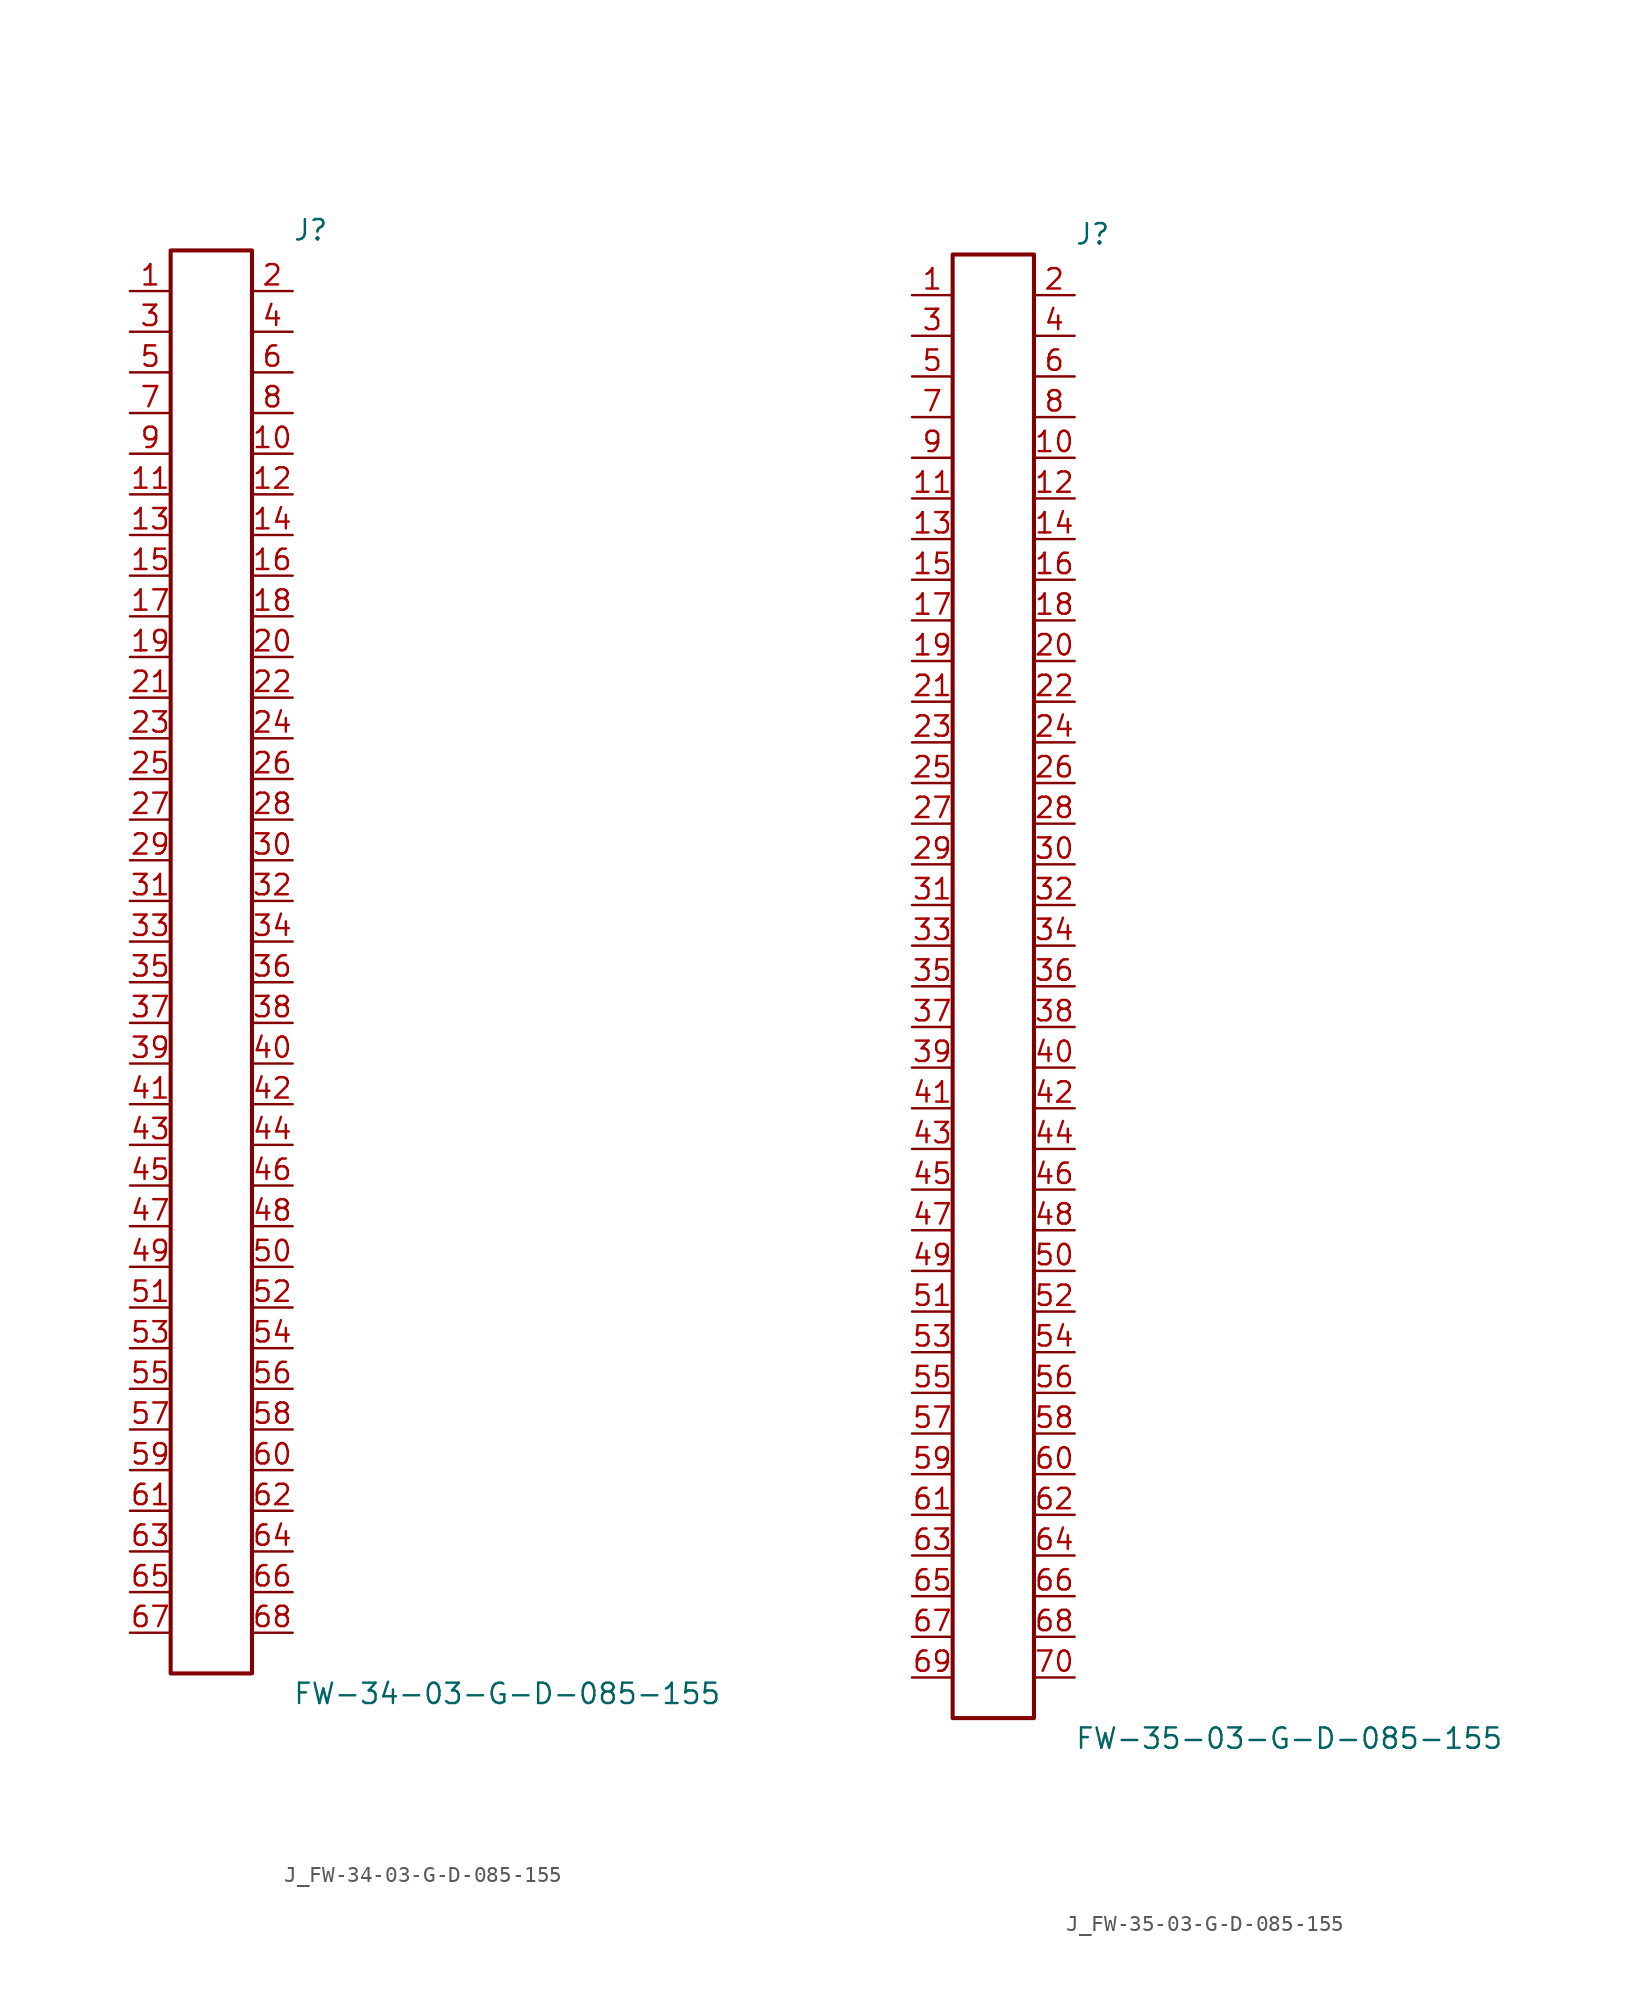
<source format=kicad_sym>
(kicad_symbol_lib
  (version 20231120)
  (generator kicad_symbol_editor)
  (generator_version 8.0)
  (symbol "J_FW-34-03-G-D-085-155"
    (pin_names
      (offset 0.254))
    (property "Reference" "J"
      (at 5.08 45.72 0)
      (effects (font (size 1.27 1.27)) (justify left)))
    (property "Value" "FW-34-03-G-D-085-155"
      (at 5.08 -45.72 0)
      (effects (font (size 1.27 1.27)) (justify left)))
    (symbol "J_FW-34-03-G-D-085-155_0_0"
      (pin unspecified line (at -5.08 41.91 0) (length 2.54) (name "" (effects (font (size 1.27 1.27)))) (number "1" (effects (font (size 1.27 1.27)))))
      (pin unspecified line (at 5.08 41.91 180) (length 2.54) (name "" (effects (font (size 1.27 1.27)))) (number "2" (effects (font (size 1.27 1.27)))))
      (pin unspecified line (at -5.08 39.37 0) (length 2.54) (name "" (effects (font (size 1.27 1.27)))) (number "3" (effects (font (size 1.27 1.27)))))
      (pin unspecified line (at 5.08 39.37 180) (length 2.54) (name "" (effects (font (size 1.27 1.27)))) (number "4" (effects (font (size 1.27 1.27)))))
      (pin unspecified line (at -5.08 36.83 0) (length 2.54) (name "" (effects (font (size 1.27 1.27)))) (number "5" (effects (font (size 1.27 1.27)))))
      (pin unspecified line (at 5.08 36.83 180) (length 2.54) (name "" (effects (font (size 1.27 1.27)))) (number "6" (effects (font (size 1.27 1.27)))))
      (pin unspecified line (at -5.08 34.29 0) (length 2.54) (name "" (effects (font (size 1.27 1.27)))) (number "7" (effects (font (size 1.27 1.27)))))
      (pin unspecified line (at 5.08 34.29 180) (length 2.54) (name "" (effects (font (size 1.27 1.27)))) (number "8" (effects (font (size 1.27 1.27)))))
      (pin unspecified line (at -5.08 31.75 0) (length 2.54) (name "" (effects (font (size 1.27 1.27)))) (number "9" (effects (font (size 1.27 1.27)))))
      (pin unspecified line (at 5.08 31.75 180) (length 2.54) (name "" (effects (font (size 1.27 1.27)))) (number "10" (effects (font (size 1.27 1.27)))))
      (pin unspecified line (at -5.08 29.21 0) (length 2.54) (name "" (effects (font (size 1.27 1.27)))) (number "11" (effects (font (size 1.27 1.27)))))
      (pin unspecified line (at 5.08 29.21 180) (length 2.54) (name "" (effects (font (size 1.27 1.27)))) (number "12" (effects (font (size 1.27 1.27)))))
      (pin unspecified line (at -5.08 26.67 0) (length 2.54) (name "" (effects (font (size 1.27 1.27)))) (number "13" (effects (font (size 1.27 1.27)))))
      (pin unspecified line (at 5.08 26.67 180) (length 2.54) (name "" (effects (font (size 1.27 1.27)))) (number "14" (effects (font (size 1.27 1.27)))))
      (pin unspecified line (at -5.08 24.13 0) (length 2.54) (name "" (effects (font (size 1.27 1.27)))) (number "15" (effects (font (size 1.27 1.27)))))
      (pin unspecified line (at 5.08 24.13 180) (length 2.54) (name "" (effects (font (size 1.27 1.27)))) (number "16" (effects (font (size 1.27 1.27)))))
      (pin unspecified line (at -5.08 21.59 0) (length 2.54) (name "" (effects (font (size 1.27 1.27)))) (number "17" (effects (font (size 1.27 1.27)))))
      (pin unspecified line (at 5.08 21.59 180) (length 2.54) (name "" (effects (font (size 1.27 1.27)))) (number "18" (effects (font (size 1.27 1.27)))))
      (pin unspecified line (at -5.08 19.05 0) (length 2.54) (name "" (effects (font (size 1.27 1.27)))) (number "19" (effects (font (size 1.27 1.27)))))
      (pin unspecified line (at 5.08 19.05 180) (length 2.54) (name "" (effects (font (size 1.27 1.27)))) (number "20" (effects (font (size 1.27 1.27)))))
      (pin unspecified line (at -5.08 16.51 0) (length 2.54) (name "" (effects (font (size 1.27 1.27)))) (number "21" (effects (font (size 1.27 1.27)))))
      (pin unspecified line (at 5.08 16.51 180) (length 2.54) (name "" (effects (font (size 1.27 1.27)))) (number "22" (effects (font (size 1.27 1.27)))))
      (pin unspecified line (at -5.08 13.97 0) (length 2.54) (name "" (effects (font (size 1.27 1.27)))) (number "23" (effects (font (size 1.27 1.27)))))
      (pin unspecified line (at 5.08 13.97 180) (length 2.54) (name "" (effects (font (size 1.27 1.27)))) (number "24" (effects (font (size 1.27 1.27)))))
      (pin unspecified line (at -5.08 11.43 0) (length 2.54) (name "" (effects (font (size 1.27 1.27)))) (number "25" (effects (font (size 1.27 1.27)))))
      (pin unspecified line (at 5.08 11.43 180) (length 2.54) (name "" (effects (font (size 1.27 1.27)))) (number "26" (effects (font (size 1.27 1.27)))))
      (pin unspecified line (at -5.08 8.89 0) (length 2.54) (name "" (effects (font (size 1.27 1.27)))) (number "27" (effects (font (size 1.27 1.27)))))
      (pin unspecified line (at 5.08 8.89 180) (length 2.54) (name "" (effects (font (size 1.27 1.27)))) (number "28" (effects (font (size 1.27 1.27)))))
      (pin unspecified line (at -5.08 6.35 0) (length 2.54) (name "" (effects (font (size 1.27 1.27)))) (number "29" (effects (font (size 1.27 1.27)))))
      (pin unspecified line (at 5.08 6.35 180) (length 2.54) (name "" (effects (font (size 1.27 1.27)))) (number "30" (effects (font (size 1.27 1.27)))))
      (pin unspecified line (at -5.08 3.81 0) (length 2.54) (name "" (effects (font (size 1.27 1.27)))) (number "31" (effects (font (size 1.27 1.27)))))
      (pin unspecified line (at 5.08 3.81 180) (length 2.54) (name "" (effects (font (size 1.27 1.27)))) (number "32" (effects (font (size 1.27 1.27)))))
      (pin unspecified line (at -5.08 1.27 0) (length 2.54) (name "" (effects (font (size 1.27 1.27)))) (number "33" (effects (font (size 1.27 1.27)))))
      (pin unspecified line (at 5.08 1.27 180) (length 2.54) (name "" (effects (font (size 1.27 1.27)))) (number "34" (effects (font (size 1.27 1.27)))))
      (pin unspecified line (at -5.08 -1.27 0) (length 2.54) (name "" (effects (font (size 1.27 1.27)))) (number "35" (effects (font (size 1.27 1.27)))))
      (pin unspecified line (at 5.08 -1.27 180) (length 2.54) (name "" (effects (font (size 1.27 1.27)))) (number "36" (effects (font (size 1.27 1.27)))))
      (pin unspecified line (at -5.08 -3.81 0) (length 2.54) (name "" (effects (font (size 1.27 1.27)))) (number "37" (effects (font (size 1.27 1.27)))))
      (pin unspecified line (at 5.08 -3.81 180) (length 2.54) (name "" (effects (font (size 1.27 1.27)))) (number "38" (effects (font (size 1.27 1.27)))))
      (pin unspecified line (at -5.08 -6.35 0) (length 2.54) (name "" (effects (font (size 1.27 1.27)))) (number "39" (effects (font (size 1.27 1.27)))))
      (pin unspecified line (at 5.08 -6.35 180) (length 2.54) (name "" (effects (font (size 1.27 1.27)))) (number "40" (effects (font (size 1.27 1.27)))))
      (pin unspecified line (at -5.08 -8.89 0) (length 2.54) (name "" (effects (font (size 1.27 1.27)))) (number "41" (effects (font (size 1.27 1.27)))))
      (pin unspecified line (at 5.08 -8.89 180) (length 2.54) (name "" (effects (font (size 1.27 1.27)))) (number "42" (effects (font (size 1.27 1.27)))))
      (pin unspecified line (at -5.08 -11.43 0) (length 2.54) (name "" (effects (font (size 1.27 1.27)))) (number "43" (effects (font (size 1.27 1.27)))))
      (pin unspecified line (at 5.08 -11.43 180) (length 2.54) (name "" (effects (font (size 1.27 1.27)))) (number "44" (effects (font (size 1.27 1.27)))))
      (pin unspecified line (at -5.08 -13.97 0) (length 2.54) (name "" (effects (font (size 1.27 1.27)))) (number "45" (effects (font (size 1.27 1.27)))))
      (pin unspecified line (at 5.08 -13.97 180) (length 2.54) (name "" (effects (font (size 1.27 1.27)))) (number "46" (effects (font (size 1.27 1.27)))))
      (pin unspecified line (at -5.08 -16.51 0) (length 2.54) (name "" (effects (font (size 1.27 1.27)))) (number "47" (effects (font (size 1.27 1.27)))))
      (pin unspecified line (at 5.08 -16.51 180) (length 2.54) (name "" (effects (font (size 1.27 1.27)))) (number "48" (effects (font (size 1.27 1.27)))))
      (pin unspecified line (at -5.08 -19.05 0) (length 2.54) (name "" (effects (font (size 1.27 1.27)))) (number "49" (effects (font (size 1.27 1.27)))))
      (pin unspecified line (at 5.08 -19.05 180) (length 2.54) (name "" (effects (font (size 1.27 1.27)))) (number "50" (effects (font (size 1.27 1.27)))))
      (pin unspecified line (at -5.08 -21.59 0) (length 2.54) (name "" (effects (font (size 1.27 1.27)))) (number "51" (effects (font (size 1.27 1.27)))))
      (pin unspecified line (at 5.08 -21.59 180) (length 2.54) (name "" (effects (font (size 1.27 1.27)))) (number "52" (effects (font (size 1.27 1.27)))))
      (pin unspecified line (at -5.08 -24.13 0) (length 2.54) (name "" (effects (font (size 1.27 1.27)))) (number "53" (effects (font (size 1.27 1.27)))))
      (pin unspecified line (at 5.08 -24.13 180) (length 2.54) (name "" (effects (font (size 1.27 1.27)))) (number "54" (effects (font (size 1.27 1.27)))))
      (pin unspecified line (at -5.08 -26.67 0) (length 2.54) (name "" (effects (font (size 1.27 1.27)))) (number "55" (effects (font (size 1.27 1.27)))))
      (pin unspecified line (at 5.08 -26.67 180) (length 2.54) (name "" (effects (font (size 1.27 1.27)))) (number "56" (effects (font (size 1.27 1.27)))))
      (pin unspecified line (at -5.08 -29.21 0) (length 2.54) (name "" (effects (font (size 1.27 1.27)))) (number "57" (effects (font (size 1.27 1.27)))))
      (pin unspecified line (at 5.08 -29.21 180) (length 2.54) (name "" (effects (font (size 1.27 1.27)))) (number "58" (effects (font (size 1.27 1.27)))))
      (pin unspecified line (at -5.08 -31.75 0) (length 2.54) (name "" (effects (font (size 1.27 1.27)))) (number "59" (effects (font (size 1.27 1.27)))))
      (pin unspecified line (at 5.08 -31.75 180) (length 2.54) (name "" (effects (font (size 1.27 1.27)))) (number "60" (effects (font (size 1.27 1.27)))))
      (pin unspecified line (at -5.08 -34.29 0) (length 2.54) (name "" (effects (font (size 1.27 1.27)))) (number "61" (effects (font (size 1.27 1.27)))))
      (pin unspecified line (at 5.08 -34.29 180) (length 2.54) (name "" (effects (font (size 1.27 1.27)))) (number "62" (effects (font (size 1.27 1.27)))))
      (pin unspecified line (at -5.08 -36.83 0) (length 2.54) (name "" (effects (font (size 1.27 1.27)))) (number "63" (effects (font (size 1.27 1.27)))))
      (pin unspecified line (at 5.08 -36.83 180) (length 2.54) (name "" (effects (font (size 1.27 1.27)))) (number "64" (effects (font (size 1.27 1.27)))))
      (pin unspecified line (at -5.08 -39.37 0) (length 2.54) (name "" (effects (font (size 1.27 1.27)))) (number "65" (effects (font (size 1.27 1.27)))))
      (pin unspecified line (at 5.08 -39.37 180) (length 2.54) (name "" (effects (font (size 1.27 1.27)))) (number "66" (effects (font (size 1.27 1.27)))))
      (pin unspecified line (at -5.08 -41.91 0) (length 2.54) (name "" (effects (font (size 1.27 1.27)))) (number "67" (effects (font (size 1.27 1.27)))))
      (pin unspecified line (at 5.08 -41.91 180) (length 2.54) (name "" (effects (font (size 1.27 1.27)))) (number "68" (effects (font (size 1.27 1.27))))))
    (symbol "J_FW-34-03-G-D-085-155_1_0"
      (rectangle (start -2.54 44.45) (end 2.54 -44.45) (stroke (width 0.254) (type solid)) (fill (type none)))))
  (symbol "J_FW-35-03-G-D-085-155"
    (pin_names
      (offset 0.254))
    (property "Reference" "J"
      (at 5.08 46.99 0)
      (effects (font (size 1.27 1.27)) (justify left)))
    (property "Value" "FW-35-03-G-D-085-155"
      (at 5.08 -46.99 0)
      (effects (font (size 1.27 1.27)) (justify left)))
    (symbol "J_FW-35-03-G-D-085-155_0_0"
      (pin unspecified line (at -5.08 43.18 0) (length 2.54) (name "" (effects (font (size 1.27 1.27)))) (number "1" (effects (font (size 1.27 1.27)))))
      (pin unspecified line (at 5.08 43.18 180) (length 2.54) (name "" (effects (font (size 1.27 1.27)))) (number "2" (effects (font (size 1.27 1.27)))))
      (pin unspecified line (at -5.08 40.64 0) (length 2.54) (name "" (effects (font (size 1.27 1.27)))) (number "3" (effects (font (size 1.27 1.27)))))
      (pin unspecified line (at 5.08 40.64 180) (length 2.54) (name "" (effects (font (size 1.27 1.27)))) (number "4" (effects (font (size 1.27 1.27)))))
      (pin unspecified line (at -5.08 38.1 0) (length 2.54) (name "" (effects (font (size 1.27 1.27)))) (number "5" (effects (font (size 1.27 1.27)))))
      (pin unspecified line (at 5.08 38.1 180) (length 2.54) (name "" (effects (font (size 1.27 1.27)))) (number "6" (effects (font (size 1.27 1.27)))))
      (pin unspecified line (at -5.08 35.56 0) (length 2.54) (name "" (effects (font (size 1.27 1.27)))) (number "7" (effects (font (size 1.27 1.27)))))
      (pin unspecified line (at 5.08 35.56 180) (length 2.54) (name "" (effects (font (size 1.27 1.27)))) (number "8" (effects (font (size 1.27 1.27)))))
      (pin unspecified line (at -5.08 33.02 0) (length 2.54) (name "" (effects (font (size 1.27 1.27)))) (number "9" (effects (font (size 1.27 1.27)))))
      (pin unspecified line (at 5.08 33.02 180) (length 2.54) (name "" (effects (font (size 1.27 1.27)))) (number "10" (effects (font (size 1.27 1.27)))))
      (pin unspecified line (at -5.08 30.48 0) (length 2.54) (name "" (effects (font (size 1.27 1.27)))) (number "11" (effects (font (size 1.27 1.27)))))
      (pin unspecified line (at 5.08 30.48 180) (length 2.54) (name "" (effects (font (size 1.27 1.27)))) (number "12" (effects (font (size 1.27 1.27)))))
      (pin unspecified line (at -5.08 27.94 0) (length 2.54) (name "" (effects (font (size 1.27 1.27)))) (number "13" (effects (font (size 1.27 1.27)))))
      (pin unspecified line (at 5.08 27.94 180) (length 2.54) (name "" (effects (font (size 1.27 1.27)))) (number "14" (effects (font (size 1.27 1.27)))))
      (pin unspecified line (at -5.08 25.4 0) (length 2.54) (name "" (effects (font (size 1.27 1.27)))) (number "15" (effects (font (size 1.27 1.27)))))
      (pin unspecified line (at 5.08 25.4 180) (length 2.54) (name "" (effects (font (size 1.27 1.27)))) (number "16" (effects (font (size 1.27 1.27)))))
      (pin unspecified line (at -5.08 22.86 0) (length 2.54) (name "" (effects (font (size 1.27 1.27)))) (number "17" (effects (font (size 1.27 1.27)))))
      (pin unspecified line (at 5.08 22.86 180) (length 2.54) (name "" (effects (font (size 1.27 1.27)))) (number "18" (effects (font (size 1.27 1.27)))))
      (pin unspecified line (at -5.08 20.32 0) (length 2.54) (name "" (effects (font (size 1.27 1.27)))) (number "19" (effects (font (size 1.27 1.27)))))
      (pin unspecified line (at 5.08 20.32 180) (length 2.54) (name "" (effects (font (size 1.27 1.27)))) (number "20" (effects (font (size 1.27 1.27)))))
      (pin unspecified line (at -5.08 17.78 0) (length 2.54) (name "" (effects (font (size 1.27 1.27)))) (number "21" (effects (font (size 1.27 1.27)))))
      (pin unspecified line (at 5.08 17.78 180) (length 2.54) (name "" (effects (font (size 1.27 1.27)))) (number "22" (effects (font (size 1.27 1.27)))))
      (pin unspecified line (at -5.08 15.24 0) (length 2.54) (name "" (effects (font (size 1.27 1.27)))) (number "23" (effects (font (size 1.27 1.27)))))
      (pin unspecified line (at 5.08 15.24 180) (length 2.54) (name "" (effects (font (size 1.27 1.27)))) (number "24" (effects (font (size 1.27 1.27)))))
      (pin unspecified line (at -5.08 12.7 0) (length 2.54) (name "" (effects (font (size 1.27 1.27)))) (number "25" (effects (font (size 1.27 1.27)))))
      (pin unspecified line (at 5.08 12.7 180) (length 2.54) (name "" (effects (font (size 1.27 1.27)))) (number "26" (effects (font (size 1.27 1.27)))))
      (pin unspecified line (at -5.08 10.16 0) (length 2.54) (name "" (effects (font (size 1.27 1.27)))) (number "27" (effects (font (size 1.27 1.27)))))
      (pin unspecified line (at 5.08 10.16 180) (length 2.54) (name "" (effects (font (size 1.27 1.27)))) (number "28" (effects (font (size 1.27 1.27)))))
      (pin unspecified line (at -5.08 7.62 0) (length 2.54) (name "" (effects (font (size 1.27 1.27)))) (number "29" (effects (font (size 1.27 1.27)))))
      (pin unspecified line (at 5.08 7.62 180) (length 2.54) (name "" (effects (font (size 1.27 1.27)))) (number "30" (effects (font (size 1.27 1.27)))))
      (pin unspecified line (at -5.08 5.08 0) (length 2.54) (name "" (effects (font (size 1.27 1.27)))) (number "31" (effects (font (size 1.27 1.27)))))
      (pin unspecified line (at 5.08 5.08 180) (length 2.54) (name "" (effects (font (size 1.27 1.27)))) (number "32" (effects (font (size 1.27 1.27)))))
      (pin unspecified line (at -5.08 2.54 0) (length 2.54) (name "" (effects (font (size 1.27 1.27)))) (number "33" (effects (font (size 1.27 1.27)))))
      (pin unspecified line (at 5.08 2.54 180) (length 2.54) (name "" (effects (font (size 1.27 1.27)))) (number "34" (effects (font (size 1.27 1.27)))))
      (pin unspecified line (at -5.08 0.0 0) (length 2.54) (name "" (effects (font (size 1.27 1.27)))) (number "35" (effects (font (size 1.27 1.27)))))
      (pin unspecified line (at 5.08 0.0 180) (length 2.54) (name "" (effects (font (size 1.27 1.27)))) (number "36" (effects (font (size 1.27 1.27)))))
      (pin unspecified line (at -5.08 -2.54 0) (length 2.54) (name "" (effects (font (size 1.27 1.27)))) (number "37" (effects (font (size 1.27 1.27)))))
      (pin unspecified line (at 5.08 -2.54 180) (length 2.54) (name "" (effects (font (size 1.27 1.27)))) (number "38" (effects (font (size 1.27 1.27)))))
      (pin unspecified line (at -5.08 -5.08 0) (length 2.54) (name "" (effects (font (size 1.27 1.27)))) (number "39" (effects (font (size 1.27 1.27)))))
      (pin unspecified line (at 5.08 -5.08 180) (length 2.54) (name "" (effects (font (size 1.27 1.27)))) (number "40" (effects (font (size 1.27 1.27)))))
      (pin unspecified line (at -5.08 -7.62 0) (length 2.54) (name "" (effects (font (size 1.27 1.27)))) (number "41" (effects (font (size 1.27 1.27)))))
      (pin unspecified line (at 5.08 -7.62 180) (length 2.54) (name "" (effects (font (size 1.27 1.27)))) (number "42" (effects (font (size 1.27 1.27)))))
      (pin unspecified line (at -5.08 -10.16 0) (length 2.54) (name "" (effects (font (size 1.27 1.27)))) (number "43" (effects (font (size 1.27 1.27)))))
      (pin unspecified line (at 5.08 -10.16 180) (length 2.54) (name "" (effects (font (size 1.27 1.27)))) (number "44" (effects (font (size 1.27 1.27)))))
      (pin unspecified line (at -5.08 -12.7 0) (length 2.54) (name "" (effects (font (size 1.27 1.27)))) (number "45" (effects (font (size 1.27 1.27)))))
      (pin unspecified line (at 5.08 -12.7 180) (length 2.54) (name "" (effects (font (size 1.27 1.27)))) (number "46" (effects (font (size 1.27 1.27)))))
      (pin unspecified line (at -5.08 -15.24 0) (length 2.54) (name "" (effects (font (size 1.27 1.27)))) (number "47" (effects (font (size 1.27 1.27)))))
      (pin unspecified line (at 5.08 -15.24 180) (length 2.54) (name "" (effects (font (size 1.27 1.27)))) (number "48" (effects (font (size 1.27 1.27)))))
      (pin unspecified line (at -5.08 -17.78 0) (length 2.54) (name "" (effects (font (size 1.27 1.27)))) (number "49" (effects (font (size 1.27 1.27)))))
      (pin unspecified line (at 5.08 -17.78 180) (length 2.54) (name "" (effects (font (size 1.27 1.27)))) (number "50" (effects (font (size 1.27 1.27)))))
      (pin unspecified line (at -5.08 -20.32 0) (length 2.54) (name "" (effects (font (size 1.27 1.27)))) (number "51" (effects (font (size 1.27 1.27)))))
      (pin unspecified line (at 5.08 -20.32 180) (length 2.54) (name "" (effects (font (size 1.27 1.27)))) (number "52" (effects (font (size 1.27 1.27)))))
      (pin unspecified line (at -5.08 -22.86 0) (length 2.54) (name "" (effects (font (size 1.27 1.27)))) (number "53" (effects (font (size 1.27 1.27)))))
      (pin unspecified line (at 5.08 -22.86 180) (length 2.54) (name "" (effects (font (size 1.27 1.27)))) (number "54" (effects (font (size 1.27 1.27)))))
      (pin unspecified line (at -5.08 -25.4 0) (length 2.54) (name "" (effects (font (size 1.27 1.27)))) (number "55" (effects (font (size 1.27 1.27)))))
      (pin unspecified line (at 5.08 -25.4 180) (length 2.54) (name "" (effects (font (size 1.27 1.27)))) (number "56" (effects (font (size 1.27 1.27)))))
      (pin unspecified line (at -5.08 -27.94 0) (length 2.54) (name "" (effects (font (size 1.27 1.27)))) (number "57" (effects (font (size 1.27 1.27)))))
      (pin unspecified line (at 5.08 -27.94 180) (length 2.54) (name "" (effects (font (size 1.27 1.27)))) (number "58" (effects (font (size 1.27 1.27)))))
      (pin unspecified line (at -5.08 -30.48 0) (length 2.54) (name "" (effects (font (size 1.27 1.27)))) (number "59" (effects (font (size 1.27 1.27)))))
      (pin unspecified line (at 5.08 -30.48 180) (length 2.54) (name "" (effects (font (size 1.27 1.27)))) (number "60" (effects (font (size 1.27 1.27)))))
      (pin unspecified line (at -5.08 -33.02 0) (length 2.54) (name "" (effects (font (size 1.27 1.27)))) (number "61" (effects (font (size 1.27 1.27)))))
      (pin unspecified line (at 5.08 -33.02 180) (length 2.54) (name "" (effects (font (size 1.27 1.27)))) (number "62" (effects (font (size 1.27 1.27)))))
      (pin unspecified line (at -5.08 -35.56 0) (length 2.54) (name "" (effects (font (size 1.27 1.27)))) (number "63" (effects (font (size 1.27 1.27)))))
      (pin unspecified line (at 5.08 -35.56 180) (length 2.54) (name "" (effects (font (size 1.27 1.27)))) (number "64" (effects (font (size 1.27 1.27)))))
      (pin unspecified line (at -5.08 -38.1 0) (length 2.54) (name "" (effects (font (size 1.27 1.27)))) (number "65" (effects (font (size 1.27 1.27)))))
      (pin unspecified line (at 5.08 -38.1 180) (length 2.54) (name "" (effects (font (size 1.27 1.27)))) (number "66" (effects (font (size 1.27 1.27)))))
      (pin unspecified line (at -5.08 -40.64 0) (length 2.54) (name "" (effects (font (size 1.27 1.27)))) (number "67" (effects (font (size 1.27 1.27)))))
      (pin unspecified line (at 5.08 -40.64 180) (length 2.54) (name "" (effects (font (size 1.27 1.27)))) (number "68" (effects (font (size 1.27 1.27)))))
      (pin unspecified line (at -5.08 -43.18 0) (length 2.54) (name "" (effects (font (size 1.27 1.27)))) (number "69" (effects (font (size 1.27 1.27)))))
      (pin unspecified line (at 5.08 -43.18 180) (length 2.54) (name "" (effects (font (size 1.27 1.27)))) (number "70" (effects (font (size 1.27 1.27))))))
    (symbol "J_FW-35-03-G-D-085-155_1_0"
      (rectangle (start -2.54 45.72) (end 2.54 -45.72) (stroke (width 0.254) (type solid)) (fill (type none))))))
</source>
